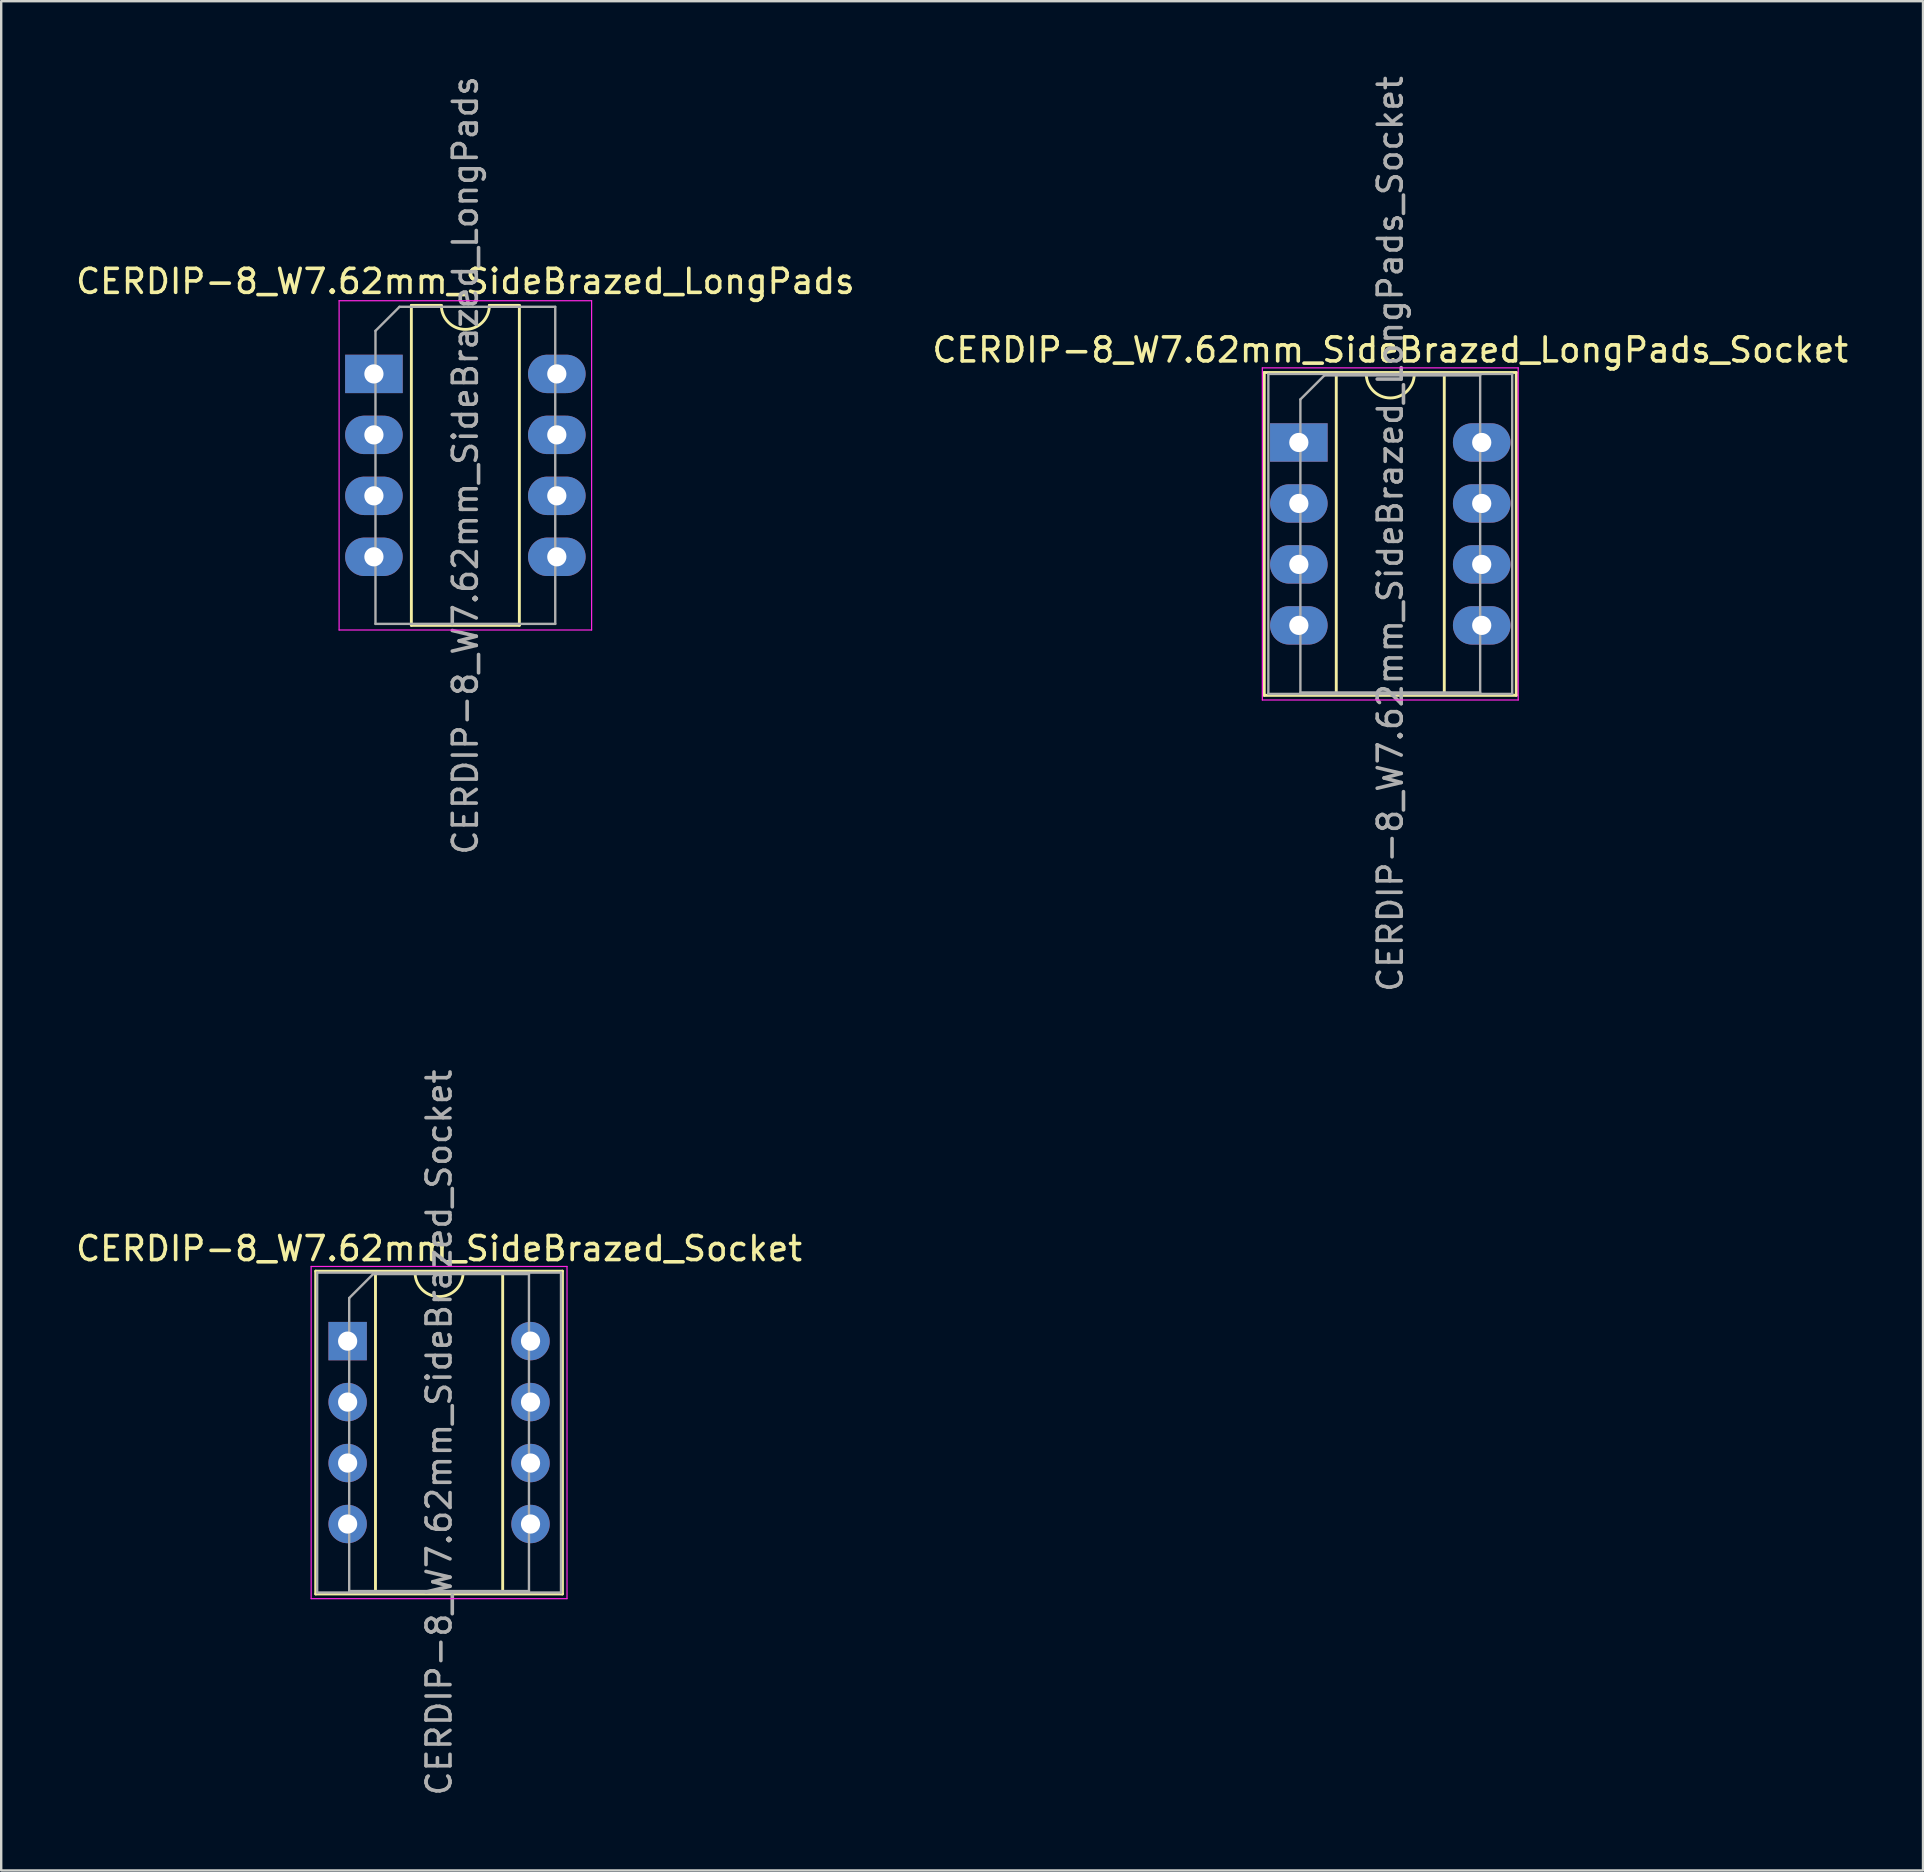
<source format=kicad_pcb>
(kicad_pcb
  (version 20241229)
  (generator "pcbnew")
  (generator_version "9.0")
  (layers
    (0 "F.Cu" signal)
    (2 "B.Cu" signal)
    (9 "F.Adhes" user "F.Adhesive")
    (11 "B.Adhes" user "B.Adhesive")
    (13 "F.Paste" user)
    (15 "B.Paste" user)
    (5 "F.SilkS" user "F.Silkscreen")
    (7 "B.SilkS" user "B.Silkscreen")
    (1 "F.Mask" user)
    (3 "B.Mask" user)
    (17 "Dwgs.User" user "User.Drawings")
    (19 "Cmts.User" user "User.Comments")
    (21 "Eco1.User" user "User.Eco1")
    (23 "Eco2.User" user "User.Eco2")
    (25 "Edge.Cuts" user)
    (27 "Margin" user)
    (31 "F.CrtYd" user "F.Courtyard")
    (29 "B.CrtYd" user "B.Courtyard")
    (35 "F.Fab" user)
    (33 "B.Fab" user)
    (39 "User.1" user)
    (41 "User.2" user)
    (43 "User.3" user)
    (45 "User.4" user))
  (footprint "CERDIP-8_W7.62mm_SideBrazed_LongPads_Socket"
    (layer "F.Cu")
    (at 51.065 15.386)
    (property "Reference" "CERDIP-8_W7.62mm_SideBrazed_LongPads_Socket" (at 3.81 -3.855 0) (layer "F.SilkS") (effects (font (size 1 1) (thickness 0.15))))
    (attr through_hole)
    (fp_line (start -1.44 -2.915) (end -1.44 10.535) (stroke (width 0.12) (type solid)) (layer "F.SilkS"))
    (fp_line (start -1.44 10.535) (end 9.06 10.535) (stroke (width 0.12) (type solid)) (layer "F.SilkS"))
    (fp_line (start 1.56 -2.855) (end 1.56 10.475) (stroke (width 0.12) (type solid)) (layer "F.SilkS"))
    (fp_line (start 1.56 10.475) (end 6.06 10.475) (stroke (width 0.12) (type solid)) (layer "F.SilkS"))
    (fp_line (start 2.81 -2.855) (end 1.56 -2.855) (stroke (width 0.12) (type solid)) (layer "F.SilkS"))
    (fp_line (start 6.06 -2.855) (end 4.81 -2.855) (stroke (width 0.12) (type solid)) (layer "F.SilkS"))
    (fp_line (start 6.06 10.475) (end 6.06 -2.855) (stroke (width 0.12) (type solid)) (layer "F.SilkS"))
    (fp_line (start 9.06 -2.915) (end -1.44 -2.915) (stroke (width 0.12) (type solid)) (layer "F.SilkS"))
    (fp_line (start 9.06 10.535) (end 9.06 -2.915) (stroke (width 0.12) (type solid)) (layer "F.SilkS"))
    (fp_arc (start 4.81 -2.855) (mid 3.81 -1.855) (end 2.81 -2.855) (stroke (width 0.12) (type solid)) (layer "F.SilkS"))
    (fp_line (start -1.52 -3.11) (end -1.52 10.73) (stroke (width 0.05) (type solid)) (layer "F.CrtYd"))
    (fp_line (start -1.52 10.73) (end 9.14 10.73) (stroke (width 0.05) (type solid)) (layer "F.CrtYd"))
    (fp_line (start 9.14 -3.11) (end -1.52 -3.11) (stroke (width 0.05) (type solid)) (layer "F.CrtYd"))
    (fp_line (start 9.14 10.73) (end 9.14 -3.11) (stroke (width 0.05) (type solid)) (layer "F.CrtYd"))
    (fp_line (start -1.27 -2.855) (end -1.27 10.475) (stroke (width 0.1) (type solid)) (layer "F.Fab"))
    (fp_line (start -1.27 10.475) (end 8.89 10.475) (stroke (width 0.1) (type solid)) (layer "F.Fab"))
    (fp_line (start 0.065 -1.795) (end 1.065 -2.795) (stroke (width 0.1) (type solid)) (layer "F.Fab"))
    (fp_line (start 0.065 10.415) (end 0.065 -1.795) (stroke (width 0.1) (type solid)) (layer "F.Fab"))
    (fp_line (start 1.065 -2.795) (end 7.555 -2.795) (stroke (width 0.1) (type solid)) (layer "F.Fab"))
    (fp_line (start 7.555 -2.795) (end 7.555 10.415) (stroke (width 0.1) (type solid)) (layer "F.Fab"))
    (fp_line (start 7.555 10.415) (end 0.065 10.415) (stroke (width 0.1) (type solid)) (layer "F.Fab"))
    (fp_line (start 8.89 -2.855) (end -1.27 -2.855) (stroke (width 0.1) (type solid)) (layer "F.Fab"))
    (fp_line (start 8.89 10.475) (end 8.89 -2.855) (stroke (width 0.1) (type solid)) (layer "F.Fab"))
    (fp_text user "${REFERENCE}" (at 3.81 3.81 90) (layer "F.Fab") (effects (font (size 1 1) (thickness 0.15))))
    (pad "1" thru_hole rect (at 0 0) (size 2.4 1.6) (drill 0.8) (layers "*.Cu" "*.Mask"))
    (pad "2" thru_hole oval (at 0 2.54) (size 2.4 1.6) (drill 0.8) (layers "*.Cu" "*.Mask"))
    (pad "3" thru_hole oval (at 0 5.08) (size 2.4 1.6) (drill 0.8) (layers "*.Cu" "*.Mask"))
    (pad "4" thru_hole oval (at 0 7.62) (size 2.4 1.6) (drill 0.8) (layers "*.Cu" "*.Mask"))
    (pad "5" thru_hole oval (at 7.62 7.62) (size 2.4 1.6) (drill 0.8) (layers "*.Cu" "*.Mask"))
    (pad "6" thru_hole oval (at 7.62 5.08) (size 2.4 1.6) (drill 0.8) (layers "*.Cu" "*.Mask"))
    (pad "7" thru_hole oval (at 7.62 2.54) (size 2.4 1.6) (drill 0.8) (layers "*.Cu" "*.Mask"))
    (pad "8" thru_hole oval (at 7.62 0) (size 2.4 1.6) (drill 0.8) (layers "*.Cu" "*.Mask")))
  (footprint "CERDIP-8_W7.62mm_SideBrazed_LongPads"
    (layer "F.Cu")
    (at 12.529 12.529)
    (property "Reference" "CERDIP-8_W7.62mm_SideBrazed_LongPads" (at 3.81 -3.855 0) (layer "F.SilkS") (effects (font (size 1 1) (thickness 0.15))))
    (attr through_hole)
    (fp_line (start 1.56 -2.855) (end 1.56 10.475) (stroke (width 0.12) (type solid)) (layer "F.SilkS"))
    (fp_line (start 1.56 10.475) (end 6.06 10.475) (stroke (width 0.12) (type solid)) (layer "F.SilkS"))
    (fp_line (start 2.81 -2.855) (end 1.56 -2.855) (stroke (width 0.12) (type solid)) (layer "F.SilkS"))
    (fp_line (start 6.06 -2.855) (end 4.81 -2.855) (stroke (width 0.12) (type solid)) (layer "F.SilkS"))
    (fp_line (start 6.06 10.475) (end 6.06 -2.855) (stroke (width 0.12) (type solid)) (layer "F.SilkS"))
    (fp_arc (start 4.81 -2.855) (mid 3.81 -1.855) (end 2.81 -2.855) (stroke (width 0.12) (type solid)) (layer "F.SilkS"))
    (fp_line (start -1.45 -3.05) (end -1.45 10.67) (stroke (width 0.05) (type solid)) (layer "F.CrtYd"))
    (fp_line (start -1.45 10.67) (end 9.07 10.67) (stroke (width 0.05) (type solid)) (layer "F.CrtYd"))
    (fp_line (start 9.07 -3.05) (end -1.45 -3.05) (stroke (width 0.05) (type solid)) (layer "F.CrtYd"))
    (fp_line (start 9.07 10.67) (end 9.07 -3.05) (stroke (width 0.05) (type solid)) (layer "F.CrtYd"))
    (fp_line (start 0.065 -1.795) (end 1.065 -2.795) (stroke (width 0.1) (type solid)) (layer "F.Fab"))
    (fp_line (start 0.065 10.415) (end 0.065 -1.795) (stroke (width 0.1) (type solid)) (layer "F.Fab"))
    (fp_line (start 1.065 -2.795) (end 7.555 -2.795) (stroke (width 0.1) (type solid)) (layer "F.Fab"))
    (fp_line (start 7.555 -2.795) (end 7.555 10.415) (stroke (width 0.1) (type solid)) (layer "F.Fab"))
    (fp_line (start 7.555 10.415) (end 0.065 10.415) (stroke (width 0.1) (type solid)) (layer "F.Fab"))
    (fp_text user "${REFERENCE}" (at 3.81 3.81 90) (layer "F.Fab") (effects (font (size 1 1) (thickness 0.15))))
    (pad "1" thru_hole rect (at 0 0) (size 2.4 1.6) (drill 0.8) (layers "*.Cu" "*.Mask"))
    (pad "2" thru_hole oval (at 0 2.54) (size 2.4 1.6) (drill 0.8) (layers "*.Cu" "*.Mask"))
    (pad "3" thru_hole oval (at 0 5.08) (size 2.4 1.6) (drill 0.8) (layers "*.Cu" "*.Mask"))
    (pad "4" thru_hole oval (at 0 7.62) (size 2.4 1.6) (drill 0.8) (layers "*.Cu" "*.Mask"))
    (pad "5" thru_hole oval (at 7.62 7.62) (size 2.4 1.6) (drill 0.8) (layers "*.Cu" "*.Mask"))
    (pad "6" thru_hole oval (at 7.62 5.08) (size 2.4 1.6) (drill 0.8) (layers "*.Cu" "*.Mask"))
    (pad "7" thru_hole oval (at 7.62 2.54) (size 2.4 1.6) (drill 0.8) (layers "*.Cu" "*.Mask"))
    (pad "8" thru_hole oval (at 7.62 0) (size 2.4 1.6) (drill 0.8) (layers "*.Cu" "*.Mask")))
  (footprint "CERDIP-8_W7.62mm_SideBrazed_Socket"
    (layer "F.Cu")
    (at 11.434 52.827)
    (property "Reference" "CERDIP-8_W7.62mm_SideBrazed_Socket" (at 3.81 -3.855 0) (layer "F.SilkS") (effects (font (size 1 1) (thickness 0.15))))
    (attr through_hole)
    (fp_line (start -1.33 -2.915) (end -1.33 10.535) (stroke (width 0.12) (type solid)) (layer "F.SilkS"))
    (fp_line (start -1.33 10.535) (end 8.95 10.535) (stroke (width 0.12) (type solid)) (layer "F.SilkS"))
    (fp_line (start 1.16 -2.855) (end 1.16 10.475) (stroke (width 0.12) (type solid)) (layer "F.SilkS"))
    (fp_line (start 1.16 10.475) (end 6.46 10.475) (stroke (width 0.12) (type solid)) (layer "F.SilkS"))
    (fp_line (start 2.81 -2.855) (end 1.16 -2.855) (stroke (width 0.12) (type solid)) (layer "F.SilkS"))
    (fp_line (start 6.46 -2.855) (end 4.81 -2.855) (stroke (width 0.12) (type solid)) (layer "F.SilkS"))
    (fp_line (start 6.46 10.475) (end 6.46 -2.855) (stroke (width 0.12) (type solid)) (layer "F.SilkS"))
    (fp_line (start 8.95 -2.915) (end -1.33 -2.915) (stroke (width 0.12) (type solid)) (layer "F.SilkS"))
    (fp_line (start 8.95 10.535) (end 8.95 -2.915) (stroke (width 0.12) (type solid)) (layer "F.SilkS"))
    (fp_arc (start 4.81 -2.855) (mid 3.81 -1.855) (end 2.81 -2.855) (stroke (width 0.12) (type solid)) (layer "F.SilkS"))
    (fp_line (start -1.52 -3.11) (end -1.52 10.73) (stroke (width 0.05) (type solid)) (layer "F.CrtYd"))
    (fp_line (start -1.52 10.73) (end 9.14 10.73) (stroke (width 0.05) (type solid)) (layer "F.CrtYd"))
    (fp_line (start 9.14 -3.11) (end -1.52 -3.11) (stroke (width 0.05) (type solid)) (layer "F.CrtYd"))
    (fp_line (start 9.14 10.73) (end 9.14 -3.11) (stroke (width 0.05) (type solid)) (layer "F.CrtYd"))
    (fp_line (start -1.27 -2.855) (end -1.27 10.475) (stroke (width 0.1) (type solid)) (layer "F.Fab"))
    (fp_line (start -1.27 10.475) (end 8.89 10.475) (stroke (width 0.1) (type solid)) (layer "F.Fab"))
    (fp_line (start 0.065 -1.795) (end 1.065 -2.795) (stroke (width 0.1) (type solid)) (layer "F.Fab"))
    (fp_line (start 0.065 10.415) (end 0.065 -1.795) (stroke (width 0.1) (type solid)) (layer "F.Fab"))
    (fp_line (start 1.065 -2.795) (end 7.555 -2.795) (stroke (width 0.1) (type solid)) (layer "F.Fab"))
    (fp_line (start 7.555 -2.795) (end 7.555 10.415) (stroke (width 0.1) (type solid)) (layer "F.Fab"))
    (fp_line (start 7.555 10.415) (end 0.065 10.415) (stroke (width 0.1) (type solid)) (layer "F.Fab"))
    (fp_line (start 8.89 -2.855) (end -1.27 -2.855) (stroke (width 0.1) (type solid)) (layer "F.Fab"))
    (fp_line (start 8.89 10.475) (end 8.89 -2.855) (stroke (width 0.1) (type solid)) (layer "F.Fab"))
    (fp_text user "${REFERENCE}" (at 3.81 3.81 90) (layer "F.Fab") (effects (font (size 1 1) (thickness 0.15))))
    (pad "1" thru_hole rect (at 0 0) (size 1.6 1.6) (drill 0.8) (layers "*.Cu" "*.Mask"))
    (pad "2" thru_hole circle (at 0 2.54) (size 1.6 1.6) (drill 0.8) (layers "*.Cu" "*.Mask"))
    (pad "3" thru_hole circle (at 0 5.08) (size 1.6 1.6) (drill 0.8) (layers "*.Cu" "*.Mask"))
    (pad "4" thru_hole circle (at 0 7.62) (size 1.6 1.6) (drill 0.8) (layers "*.Cu" "*.Mask"))
    (pad "5" thru_hole circle (at 7.62 7.62) (size 1.6 1.6) (drill 0.8) (layers "*.Cu" "*.Mask"))
    (pad "6" thru_hole circle (at 7.62 5.08) (size 1.6 1.6) (drill 0.8) (layers "*.Cu" "*.Mask"))
    (pad "7" thru_hole circle (at 7.62 2.54) (size 1.6 1.6) (drill 0.8) (layers "*.Cu" "*.Mask"))
    (pad "8" thru_hole circle (at 7.62 0) (size 1.6 1.6) (drill 0.8) (layers "*.Cu" "*.Mask")))
  (gr_rect
    (start -3 -3)
    (end 77.071 74.881)
    (stroke (width 0.1) (type default))
    (fill no)
    (layer "Edge.Cuts")))
</source>
